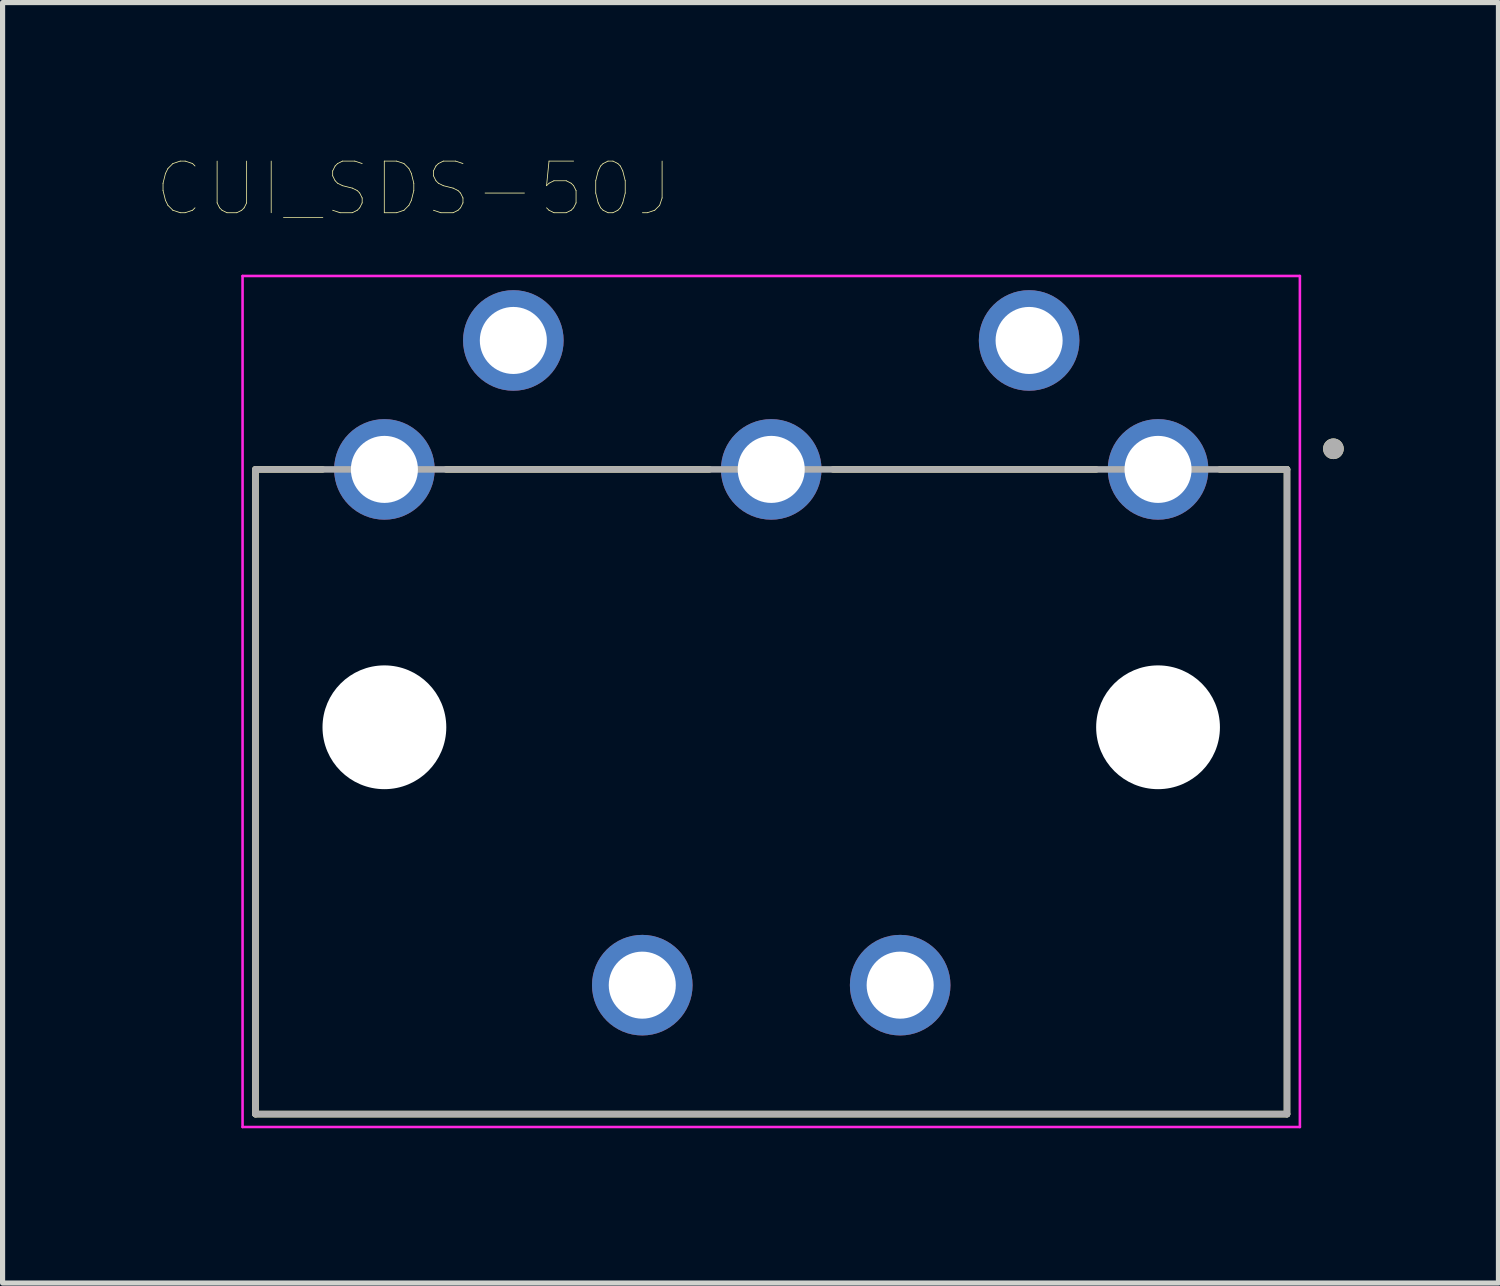
<source format=kicad_pcb>
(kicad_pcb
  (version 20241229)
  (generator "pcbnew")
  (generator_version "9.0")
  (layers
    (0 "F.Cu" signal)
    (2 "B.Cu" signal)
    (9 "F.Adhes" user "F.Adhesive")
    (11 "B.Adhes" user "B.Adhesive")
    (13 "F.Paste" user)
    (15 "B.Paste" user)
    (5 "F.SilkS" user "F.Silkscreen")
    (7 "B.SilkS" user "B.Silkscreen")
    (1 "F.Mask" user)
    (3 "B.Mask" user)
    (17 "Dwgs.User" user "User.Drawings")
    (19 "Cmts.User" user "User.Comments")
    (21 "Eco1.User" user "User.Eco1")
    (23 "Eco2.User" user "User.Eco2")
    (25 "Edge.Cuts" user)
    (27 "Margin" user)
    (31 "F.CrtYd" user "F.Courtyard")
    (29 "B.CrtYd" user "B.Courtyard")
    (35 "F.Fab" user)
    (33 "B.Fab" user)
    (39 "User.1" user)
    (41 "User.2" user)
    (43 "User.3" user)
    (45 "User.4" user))
  (footprint "CUI_SDS-50J"
    (layer "F.Cu")
    (at 11.903 6.051)
    (property "Reference" "CUI_SDS-50J" (at -6.93 -5.439 0) (layer "F.SilkS") (effects (font (size 1.001 1.001) (thickness 0.015))))
    (attr through_hole)
    (fp_line (start -10 0) (end -10 12.5) (stroke (width 0.127) (type solid)) (layer "F.SilkS"))
    (fp_line (start -10 0) (end -8.7 0) (stroke (width 0.127) (type solid)) (layer "F.SilkS"))
    (fp_line (start -10 12.5) (end 10 12.5) (stroke (width 0.127) (type solid)) (layer "F.SilkS"))
    (fp_line (start -6.3 0) (end -1.2 0) (stroke (width 0.127) (type solid)) (layer "F.SilkS"))
    (fp_line (start 1.2 0) (end 6.3 0) (stroke (width 0.127) (type solid)) (layer "F.SilkS"))
    (fp_line (start 10 0) (end 8.7 0) (stroke (width 0.127) (type solid)) (layer "F.SilkS"))
    (fp_line (start 10 12.5) (end 10 0) (stroke (width 0.127) (type solid)) (layer "F.SilkS"))
    (fp_circle (center 10.9 -0.4) (end 11 -0.4) (stroke (width 0.2) (type solid)) (fill no) (layer "F.SilkS"))
    (fp_line (start -10.25 -3.75) (end 10.25 -3.75) (stroke (width 0.05) (type solid)) (layer "F.CrtYd"))
    (fp_line (start -10.25 12.75) (end -10.25 -3.75) (stroke (width 0.05) (type solid)) (layer "F.CrtYd"))
    (fp_line (start 10.25 -3.75) (end 10.25 12.75) (stroke (width 0.05) (type solid)) (layer "F.CrtYd"))
    (fp_line (start 10.25 12.75) (end -10.25 12.75) (stroke (width 0.05) (type solid)) (layer "F.CrtYd"))
    (fp_line (start -10 0) (end -10 12.5) (stroke (width 0.127) (type solid)) (layer "F.Fab"))
    (fp_line (start -10 12.5) (end 10 12.5) (stroke (width 0.127) (type solid)) (layer "F.Fab"))
    (fp_line (start 10 0) (end -10 0) (stroke (width 0.127) (type solid)) (layer "F.Fab"))
    (fp_line (start 10 12.5) (end 10 0) (stroke (width 0.127) (type solid)) (layer "F.Fab"))
    (fp_circle (center 10.9 -0.4) (end 11 -0.4) (stroke (width 0.2) (type solid)) (fill no) (layer "F.Fab"))
    (pad "" np_thru_hole circle (at -7.5 5) (size 2.4 2.4) (drill 2.4) (layers "*.Cu" "*.Mask"))
    (pad "" np_thru_hole circle (at 7.5 5) (size 2.4 2.4) (drill 2.4) (layers "*.Cu" "*.Mask"))
    (pad "1" thru_hole circle (at 7.5 0) (size 1.95 1.95) (drill 1.3) (layers "*.Cu" "*.Mask"))
    (pad "2" thru_hole circle (at 0 0) (size 1.95 1.95) (drill 1.3) (layers "*.Cu" "*.Mask"))
    (pad "3" thru_hole circle (at -7.5 0) (size 1.95 1.95) (drill 1.3) (layers "*.Cu" "*.Mask"))
    (pad "4" thru_hole circle (at 5 -2.5) (size 1.95 1.95) (drill 1.3) (layers "*.Cu" "*.Mask"))
    (pad "5" thru_hole circle (at -5 -2.5) (size 1.95 1.95) (drill 1.3) (layers "*.Cu" "*.Mask"))
    (pad "S1" thru_hole circle (at -2.5 10) (size 1.95 1.95) (drill 1.3) (layers "*.Cu" "*.Mask"))
    (pad "S2" thru_hole circle (at 2.5 10) (size 1.95 1.95) (drill 1.3) (layers "*.Cu" "*.Mask")))
  (gr_rect
    (start -3 -3)
    (end 26.003 21.826)
    (stroke (width 0.1) (type default))
    (fill no)
    (layer "Edge.Cuts")))
</source>
